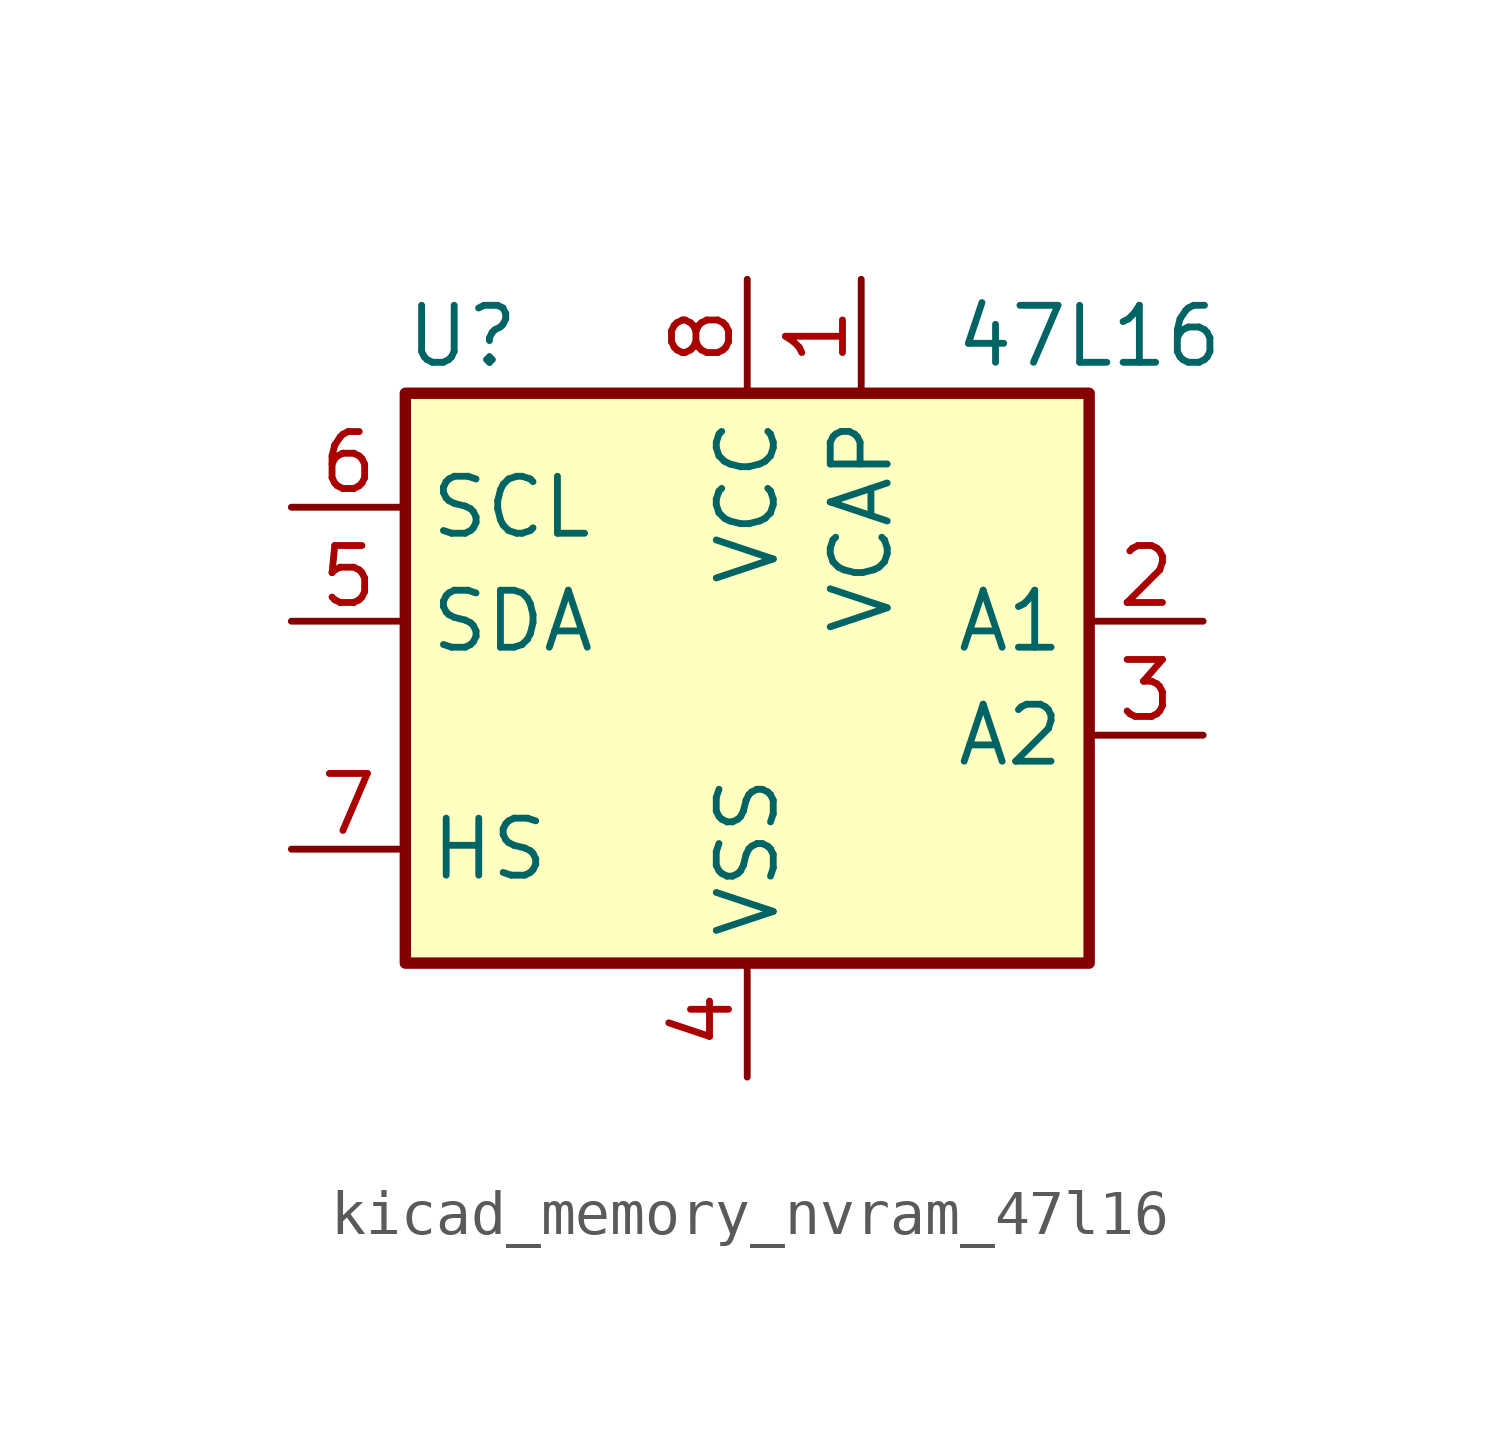
<source format=kicad_sym>
(kicad_symbol_lib
  (version 20220914)
  (generator kicad_symbol_editor)
  (symbol "kicad_memory_nvram_47l16"
    (property "Reference" "U"
      (at -6.35 6.35 0)
      (effects (font (size 1.27 1.27))))
    (property "Value" "47L16"
      (at 7.62 6.35 0)
      (effects (font (size 1.27 1.27))))
    (symbol "kicad_memory_nvram_47l16_1_1"
      (rectangle (start -7.62 5.08) (end 7.62 -7.62) (stroke (width 0.254) (type default)) (fill (type background)))
      (pin power_in line (at 2.54 7.62 270) (length 2.54) (name "VCAP" (effects (font (size 1.27 1.27)))) (number "1" (effects (font (size 1.27 1.27)))))
      (pin input line (at 10.16 0 180) (length 2.54) (name "A1" (effects (font (size 1.27 1.27)))) (number "2" (effects (font (size 1.27 1.27)))))
      (pin input line (at 10.16 -2.54 180) (length 2.54) (name "A2" (effects (font (size 1.27 1.27)))) (number "3" (effects (font (size 1.27 1.27)))))
      (pin power_in line (at 0 -10.16 90) (length 2.54) (name "VSS" (effects (font (size 1.27 1.27)))) (number "4" (effects (font (size 1.27 1.27)))))
      (pin bidirectional line (at -10.16 0 0) (length 2.54) (name "SDA" (effects (font (size 1.27 1.27)))) (number "5" (effects (font (size 1.27 1.27)))))
      (pin input line (at -10.16 2.54 0) (length 2.54) (name "SCL" (effects (font (size 1.27 1.27)))) (number "6" (effects (font (size 1.27 1.27)))))
      (pin input line (at -10.16 -5.08 0) (length 2.54) (name "HS" (effects (font (size 1.27 1.27)))) (number "7" (effects (font (size 1.27 1.27)))))
      (pin power_in line (at 0 7.62 270) (length 2.54) (name "VCC" (effects (font (size 1.27 1.27)))) (number "8" (effects (font (size 1.27 1.27))))))))
</source>
